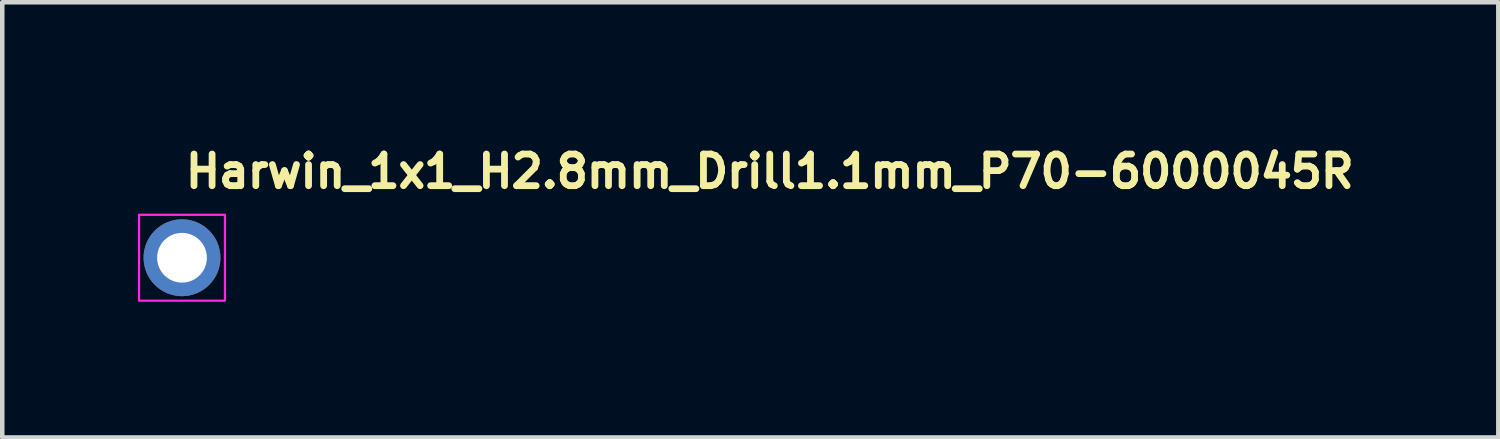
<source format=kicad_pcb>
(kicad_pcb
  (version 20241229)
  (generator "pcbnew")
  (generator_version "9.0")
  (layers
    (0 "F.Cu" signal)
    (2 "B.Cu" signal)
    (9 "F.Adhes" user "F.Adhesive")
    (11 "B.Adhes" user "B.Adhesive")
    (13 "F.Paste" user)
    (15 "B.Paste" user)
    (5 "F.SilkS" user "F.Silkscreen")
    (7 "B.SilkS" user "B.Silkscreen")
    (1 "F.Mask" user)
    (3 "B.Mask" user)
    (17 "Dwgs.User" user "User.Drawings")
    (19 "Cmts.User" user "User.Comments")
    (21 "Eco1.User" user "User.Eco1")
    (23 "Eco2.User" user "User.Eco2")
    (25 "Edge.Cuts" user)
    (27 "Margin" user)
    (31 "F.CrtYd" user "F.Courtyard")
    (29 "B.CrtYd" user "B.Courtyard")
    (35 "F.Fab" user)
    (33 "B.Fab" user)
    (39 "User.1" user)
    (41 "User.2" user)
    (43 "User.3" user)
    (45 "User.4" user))
  (footprint "Harwin_1x1_H2.8mm_Drill1.1mm_P70-6000045R"
    (layer "F.Cu")
    (at 0.975 2.65)
    (property "Reference" "Harwin_1x1_H2.8mm_Drill1.1mm_P70-6000045R" (at 0 -1.5 0) (layer "F.SilkS") (effects (font (size 0.7 0.7) (thickness 0.15)) (justify left bottom)))
    (attr through_hole)
    (fp_rect (start -0.95 -0.95) (end 0.95 0.95) (stroke (width 0.05) (type solid)) (fill no) (layer "F.CrtYd"))
    (fp_rect (start -0.75 -0.75) (end 0.75 0.749) (stroke (width 0.1) (type solid)) (fill no) (layer "User.5"))
    (fp_circle (center 0 0) (end 0.3 0) (stroke (width 0.02) (type default)) (fill no) (layer "User.9"))
    (fp_circle (center 0 0) (end 0.4 0) (stroke (width 0.02) (type default)) (fill no) (layer "User.9"))
    (fp_circle (center 0 0) (end 0.5 0) (stroke (width 0.02) (type default)) (fill no) (layer "User.9"))
    (fp_circle (center 0 0) (end 0.75 0) (stroke (width 0.02) (type default)) (fill no) (layer "User.9"))
    (pad "1" thru_hole circle (at 0 0) (size 1.7 1.7) (drill 1.1) (layers "*.Cu" "*.Mask")))
  (gr_rect
    (start -3 -3)
    (end 30.085 6.625)
    (stroke (width 0.1) (type default))
    (fill no)
    (layer "Edge.Cuts")))
</source>
